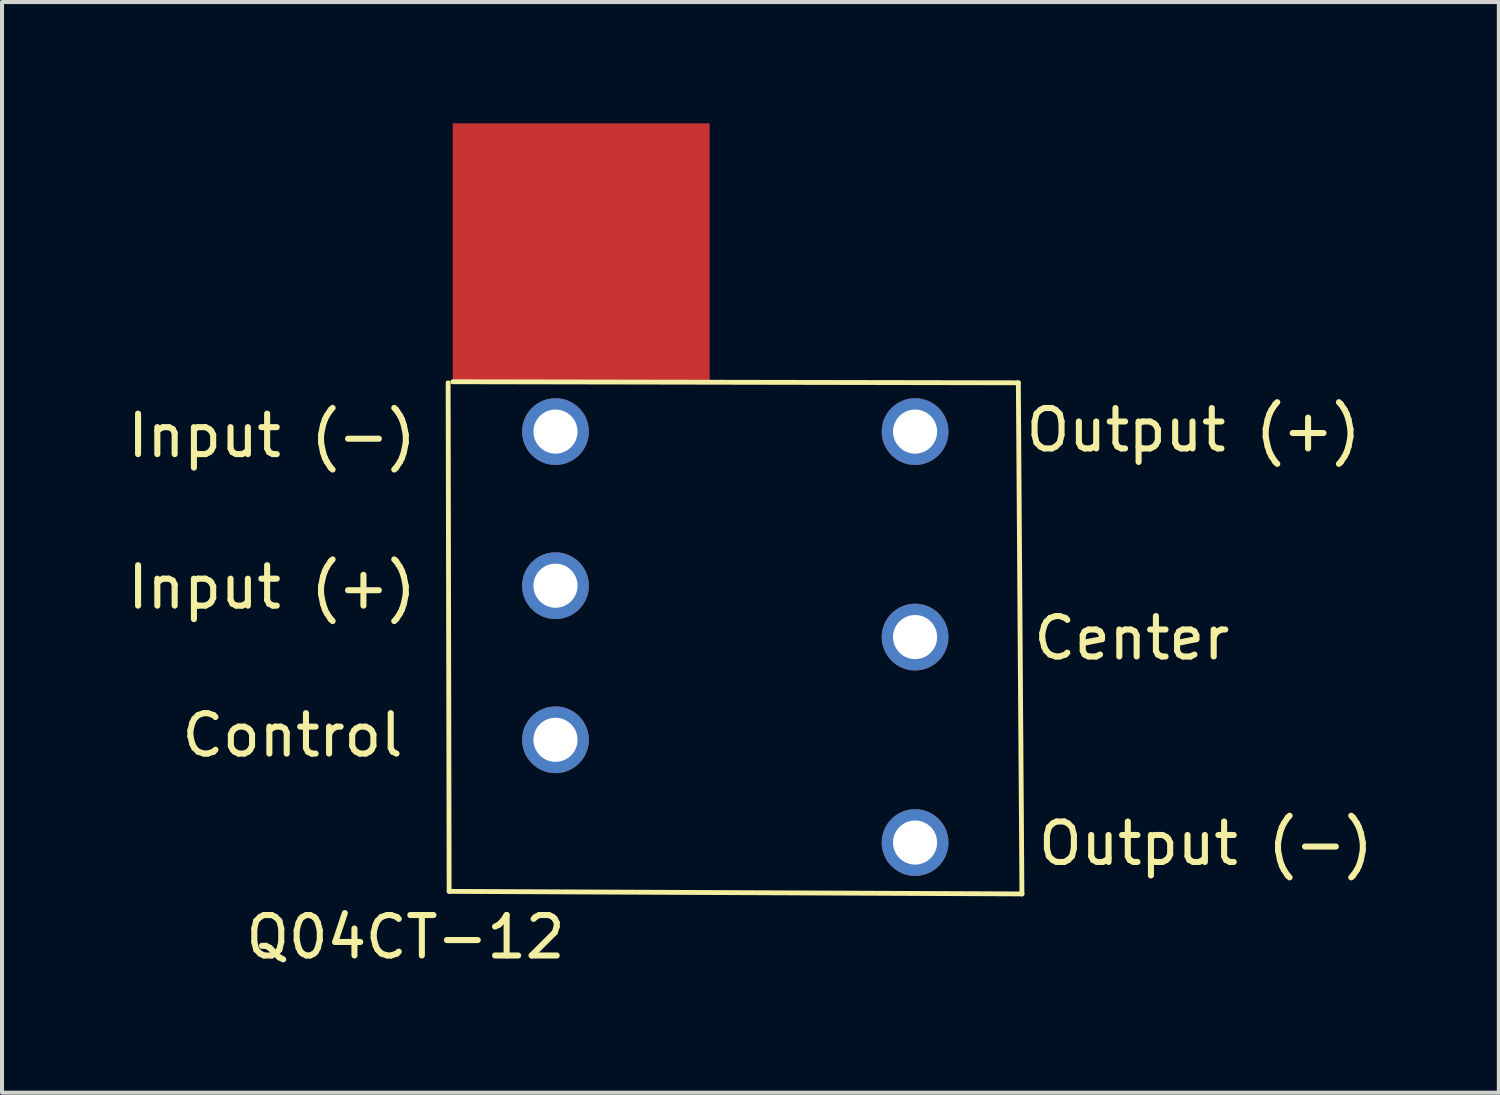
<source format=kicad_pcb>
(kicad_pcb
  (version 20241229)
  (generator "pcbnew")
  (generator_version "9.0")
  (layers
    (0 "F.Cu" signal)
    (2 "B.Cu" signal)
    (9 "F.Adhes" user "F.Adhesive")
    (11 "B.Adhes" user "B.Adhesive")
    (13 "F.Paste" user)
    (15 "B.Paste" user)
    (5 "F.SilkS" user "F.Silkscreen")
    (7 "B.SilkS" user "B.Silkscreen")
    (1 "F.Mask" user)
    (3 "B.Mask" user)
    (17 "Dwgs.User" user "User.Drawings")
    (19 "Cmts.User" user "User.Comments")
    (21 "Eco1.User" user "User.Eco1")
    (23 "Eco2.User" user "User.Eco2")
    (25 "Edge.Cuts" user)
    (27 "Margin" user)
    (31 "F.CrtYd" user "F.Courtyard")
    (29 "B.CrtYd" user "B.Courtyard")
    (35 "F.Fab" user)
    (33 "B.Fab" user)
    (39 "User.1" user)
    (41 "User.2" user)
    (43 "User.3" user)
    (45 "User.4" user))
  (footprint "Q04CT-12"
    (layer "F.Cu")
    (at 10.683 7.62)
    (property "Reference" "Q04CT-12" (at -3.708 12.497 0) (layer "F.SilkS") (effects (font (size 1 1) (thickness 0.15))))
    (attr through_hole)
    (fp_line (start -2.629 11.367) (end -2.654 -1.206) (stroke (width 0.12) (type solid)) (layer "F.SilkS"))
    (fp_line (start -2.54 -1.232) (end 11.443 -1.206) (stroke (width 0.12) (type solid)) (layer "F.SilkS"))
    (fp_line (start 11.443 -1.206) (end 11.532 11.43) (stroke (width 0.12) (type solid)) (layer "F.SilkS"))
    (fp_line (start 11.532 11.43) (end -2.629 11.367) (stroke (width 0.12) (type solid)) (layer "F.SilkS"))
    (fp_text user "Output (-)" (at 16.078 10.185 0) (layer "F.SilkS") (effects (font (size 1 1) (thickness 0.15))))
    (fp_text user "Center" (at 14.249 5.105 0) (layer "F.SilkS") (effects (font (size 1 1) (thickness 0.15))))
    (fp_text user "Input (-)" (at -7.01 0.102 0) (layer "F.SilkS") (effects (font (size 1 1) (thickness 0.15))))
    (fp_text user "Control" (at -6.502 7.506 0) (layer "F.SilkS") (effects (font (size 1 1) (thickness 0.15))))
    (fp_text user "Output (+)" (at 15.773 -0.038 0) (layer "F.SilkS") (effects (font (size 1 1) (thickness 0.15))))
    (fp_text user "Input (+)" (at -7.01 3.848 0) (layer "F.SilkS") (effects (font (size 1 1) (thickness 0.15))))
    (pad "1" thru_hole circle (at 0 0) (size 1.65 1.65) (drill 1.09) (layers "*.Cu" "*.Mask"))
    (pad "2" thru_hole circle (at 0 3.81) (size 1.65 1.65) (drill 1.09) (layers "*.Cu" "*.Mask"))
    (pad "3" thru_hole circle (at 8.89 0) (size 1.65 1.65) (drill 1.09) (layers "*.Cu" "*.Mask"))
    (pad "4" thru_hole circle (at 8.89 10.16) (size 1.65 1.65) (drill 1.09) (layers "*.Cu" "*.Mask"))
    (pad "5" thru_hole circle (at 8.89 5.08) (size 1.65 1.65) (drill 1.09) (layers "*.Cu" "*.Mask"))
    (pad "6" thru_hole circle (at 0 7.62) (size 1.65 1.65) (drill 1.09) (layers "*.Cu" "*.Mask"))
    (pad "7" smd rect (at 0.635 -4.445) (size 6.35 6.35) (layers "F.Cu" "F.Mask" "F.Paste")))
  (gr_rect
    (start -3 -3)
    (end 34.005 23.965)
    (stroke (width 0.1) (type default))
    (fill no)
    (layer "Edge.Cuts")))
</source>
